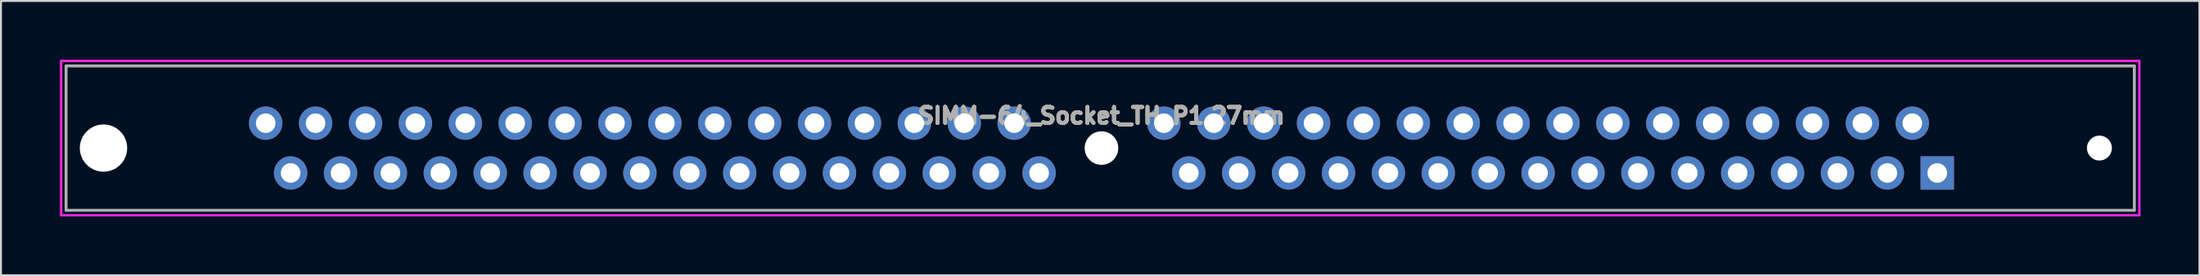
<source format=kicad_pcb>
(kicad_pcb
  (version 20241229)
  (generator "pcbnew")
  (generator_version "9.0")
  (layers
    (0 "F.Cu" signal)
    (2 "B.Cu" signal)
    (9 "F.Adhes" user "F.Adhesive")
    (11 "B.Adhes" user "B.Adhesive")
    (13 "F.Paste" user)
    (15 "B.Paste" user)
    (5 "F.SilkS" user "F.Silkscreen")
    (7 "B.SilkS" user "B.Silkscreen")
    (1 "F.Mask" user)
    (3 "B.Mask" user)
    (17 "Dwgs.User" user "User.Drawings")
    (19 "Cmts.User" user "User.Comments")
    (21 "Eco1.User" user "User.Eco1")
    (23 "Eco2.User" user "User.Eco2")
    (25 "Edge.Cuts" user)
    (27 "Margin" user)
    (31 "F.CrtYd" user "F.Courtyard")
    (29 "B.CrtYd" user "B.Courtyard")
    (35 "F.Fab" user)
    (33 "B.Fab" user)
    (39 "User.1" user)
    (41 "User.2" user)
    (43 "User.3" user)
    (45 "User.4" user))
  (footprint "SIMM-64_Socket_TH_P1.27mm"
    (layer "F.Cu")
    (at 53.019 4.505)
    (property "Reference" "SIMM-64_Socket_TH_P1.27mm" (at 0 -1.651 0) (layer "F.SilkS") (effects (font (size 0.813 0.813) (thickness 0.203))))
    (attr through_hole)
    (fp_line (start -52.959 -4.445) (end -52.959 3.429) (stroke (width 0.12) (type solid)) (layer "F.CrtYd"))
    (fp_line (start -52.959 3.429) (end 52.832 3.429) (stroke (width 0.12) (type solid)) (layer "F.CrtYd"))
    (fp_line (start 52.832 -4.445) (end -52.959 -4.445) (stroke (width 0.12) (type solid)) (layer "F.CrtYd"))
    (fp_line (start 52.832 3.429) (end 52.832 -4.445) (stroke (width 0.12) (type solid)) (layer "F.CrtYd"))
    (fp_line (start -52.705 -4.191) (end -52.705 3.175) (stroke (width 0.15) (type solid)) (layer "F.Fab"))
    (fp_line (start 52.578 -4.191) (end -52.705 -4.191) (stroke (width 0.15) (type solid)) (layer "F.Fab"))
    (fp_line (start 52.578 3.175) (end -52.705 3.175) (stroke (width 0.15) (type solid)) (layer "F.Fab"))
    (fp_line (start 52.578 3.175) (end 52.578 -4.191) (stroke (width 0.15) (type solid)) (layer "F.Fab"))
    (fp_text user "${REFERENCE}" (at 0 -1.651 0) (layer "F.Fab") (effects (font (size 0.813 0.813) (thickness 0.203))))
    (pad "" np_thru_hole circle (at -50.8 0) (size 2.41 2.41) (drill 2.41) (layers "*.Cu" "*.Mask"))
    (pad "" np_thru_hole circle (at 0 0) (size 1.71 1.71) (drill 1.71) (layers "*.Cu" "*.Mask"))
    (pad "" np_thru_hole circle (at 50.8 0) (size 1.27 1.27) (drill 1.27) (layers "*.Cu" "*.Mask"))
    (pad "1" thru_hole rect (at 42.545 1.27 270) (size 1.7 1.7) (drill 1) (layers "*.Cu" "*.Mask"))
    (pad "2" thru_hole oval (at 41.275 -1.27 270) (size 1.7 1.7) (drill 1) (layers "*.Cu" "*.Mask"))
    (pad "3" thru_hole oval (at 40.005 1.27 270) (size 1.7 1.7) (drill 1) (layers "*.Cu" "*.Mask"))
    (pad "4" thru_hole oval (at 38.735 -1.27 270) (size 1.7 1.7) (drill 1) (layers "*.Cu" "*.Mask"))
    (pad "5" thru_hole oval (at 37.465 1.27 270) (size 1.7 1.7) (drill 1) (layers "*.Cu" "*.Mask"))
    (pad "6" thru_hole oval (at 36.195 -1.27 270) (size 1.7 1.7) (drill 1) (layers "*.Cu" "*.Mask"))
    (pad "7" thru_hole oval (at 34.925 1.27 270) (size 1.7 1.7) (drill 1) (layers "*.Cu" "*.Mask"))
    (pad "8" thru_hole oval (at 33.655 -1.27 270) (size 1.7 1.7) (drill 1) (layers "*.Cu" "*.Mask"))
    (pad "9" thru_hole oval (at 32.385 1.27 270) (size 1.7 1.7) (drill 1) (layers "*.Cu" "*.Mask"))
    (pad "10" thru_hole oval (at 31.115 -1.27 270) (size 1.7 1.7) (drill 1) (layers "*.Cu" "*.Mask"))
    (pad "11" thru_hole oval (at 29.845 1.27 270) (size 1.7 1.7) (drill 1) (layers "*.Cu" "*.Mask"))
    (pad "12" thru_hole oval (at 28.575 -1.27 270) (size 1.7 1.7) (drill 1) (layers "*.Cu" "*.Mask"))
    (pad "13" thru_hole oval (at 27.305 1.27 270) (size 1.7 1.7) (drill 1) (layers "*.Cu" "*.Mask"))
    (pad "14" thru_hole oval (at 26.035 -1.27 270) (size 1.7 1.7) (drill 1) (layers "*.Cu" "*.Mask"))
    (pad "15" thru_hole oval (at 24.765 1.27 270) (size 1.7 1.7) (drill 1) (layers "*.Cu" "*.Mask"))
    (pad "16" thru_hole oval (at 23.495 -1.27 270) (size 1.7 1.7) (drill 1) (layers "*.Cu" "*.Mask"))
    (pad "17" thru_hole oval (at 22.225 1.27 270) (size 1.7 1.7) (drill 1) (layers "*.Cu" "*.Mask"))
    (pad "18" thru_hole oval (at 20.955 -1.27 270) (size 1.7 1.7) (drill 1) (layers "*.Cu" "*.Mask"))
    (pad "19" thru_hole oval (at 19.685 1.27 270) (size 1.7 1.7) (drill 1) (layers "*.Cu" "*.Mask"))
    (pad "20" thru_hole oval (at 18.415 -1.27 270) (size 1.7 1.7) (drill 1) (layers "*.Cu" "*.Mask"))
    (pad "21" thru_hole oval (at 17.145 1.27 270) (size 1.7 1.7) (drill 1) (layers "*.Cu" "*.Mask"))
    (pad "22" thru_hole oval (at 15.875 -1.27 270) (size 1.7 1.7) (drill 1) (layers "*.Cu" "*.Mask"))
    (pad "23" thru_hole oval (at 14.605 1.27 270) (size 1.7 1.7) (drill 1) (layers "*.Cu" "*.Mask"))
    (pad "24" thru_hole oval (at 13.335 -1.27 270) (size 1.7 1.7) (drill 1) (layers "*.Cu" "*.Mask"))
    (pad "25" thru_hole oval (at 12.065 1.27 270) (size 1.7 1.7) (drill 1) (layers "*.Cu" "*.Mask"))
    (pad "26" thru_hole oval (at 10.795 -1.27 270) (size 1.7 1.7) (drill 1) (layers "*.Cu" "*.Mask"))
    (pad "27" thru_hole oval (at 9.525 1.27 270) (size 1.7 1.7) (drill 1) (layers "*.Cu" "*.Mask"))
    (pad "28" thru_hole oval (at 8.255 -1.27 270) (size 1.7 1.7) (drill 1) (layers "*.Cu" "*.Mask"))
    (pad "29" thru_hole oval (at 6.985 1.27 270) (size 1.7 1.7) (drill 1) (layers "*.Cu" "*.Mask"))
    (pad "30" thru_hole oval (at 5.715 -1.27 270) (size 1.7 1.7) (drill 1) (layers "*.Cu" "*.Mask"))
    (pad "31" thru_hole oval (at 4.445 1.27 270) (size 1.7 1.7) (drill 1) (layers "*.Cu" "*.Mask"))
    (pad "32" thru_hole oval (at 3.175 -1.27 270) (size 1.7 1.7) (drill 1) (layers "*.Cu" "*.Mask"))
    (pad "33" thru_hole oval (at -3.175 1.27 270) (size 1.7 1.7) (drill 1) (layers "*.Cu" "*.Mask"))
    (pad "34" thru_hole oval (at -4.445 -1.27 270) (size 1.7 1.7) (drill 1) (layers "*.Cu" "*.Mask"))
    (pad "35" thru_hole oval (at -5.715 1.27 270) (size 1.7 1.7) (drill 1) (layers "*.Cu" "*.Mask"))
    (pad "36" thru_hole oval (at -6.985 -1.27 270) (size 1.7 1.7) (drill 1) (layers "*.Cu" "*.Mask"))
    (pad "37" thru_hole oval (at -8.255 1.27 270) (size 1.7 1.7) (drill 1) (layers "*.Cu" "*.Mask"))
    (pad "38" thru_hole oval (at -9.525 -1.27 270) (size 1.7 1.7) (drill 1) (layers "*.Cu" "*.Mask"))
    (pad "39" thru_hole oval (at -10.795 1.27 270) (size 1.7 1.7) (drill 1) (layers "*.Cu" "*.Mask"))
    (pad "40" thru_hole oval (at -12.065 -1.27 270) (size 1.7 1.7) (drill 1) (layers "*.Cu" "*.Mask"))
    (pad "41" thru_hole oval (at -13.335 1.27 270) (size 1.7 1.7) (drill 1) (layers "*.Cu" "*.Mask"))
    (pad "42" thru_hole oval (at -14.605 -1.27 270) (size 1.7 1.7) (drill 1) (layers "*.Cu" "*.Mask"))
    (pad "43" thru_hole oval (at -15.875 1.27 270) (size 1.7 1.7) (drill 1) (layers "*.Cu" "*.Mask"))
    (pad "44" thru_hole oval (at -17.145 -1.27 270) (size 1.7 1.7) (drill 1) (layers "*.Cu" "*.Mask"))
    (pad "45" thru_hole oval (at -18.415 1.27 270) (size 1.7 1.7) (drill 1) (layers "*.Cu" "*.Mask"))
    (pad "46" thru_hole oval (at -19.685 -1.27 270) (size 1.7 1.7) (drill 1) (layers "*.Cu" "*.Mask"))
    (pad "47" thru_hole oval (at -20.955 1.27 270) (size 1.7 1.7) (drill 1) (layers "*.Cu" "*.Mask"))
    (pad "48" thru_hole oval (at -22.225 -1.27 270) (size 1.7 1.7) (drill 1) (layers "*.Cu" "*.Mask"))
    (pad "49" thru_hole oval (at -23.495 1.27 270) (size 1.7 1.7) (drill 1) (layers "*.Cu" "*.Mask"))
    (pad "50" thru_hole oval (at -24.765 -1.27 270) (size 1.7 1.7) (drill 1) (layers "*.Cu" "*.Mask"))
    (pad "51" thru_hole oval (at -26.035 1.27 270) (size 1.7 1.7) (drill 1) (layers "*.Cu" "*.Mask"))
    (pad "52" thru_hole oval (at -27.305 -1.27 270) (size 1.7 1.7) (drill 1) (layers "*.Cu" "*.Mask"))
    (pad "53" thru_hole oval (at -28.575 1.27 270) (size 1.7 1.7) (drill 1) (layers "*.Cu" "*.Mask"))
    (pad "54" thru_hole oval (at -29.845 -1.27 270) (size 1.7 1.7) (drill 1) (layers "*.Cu" "*.Mask"))
    (pad "55" thru_hole oval (at -31.115 1.27 270) (size 1.7 1.7) (drill 1) (layers "*.Cu" "*.Mask"))
    (pad "56" thru_hole oval (at -32.385 -1.27 270) (size 1.7 1.7) (drill 1) (layers "*.Cu" "*.Mask"))
    (pad "57" thru_hole oval (at -33.655 1.27 270) (size 1.7 1.7) (drill 1) (layers "*.Cu" "*.Mask"))
    (pad "58" thru_hole oval (at -34.925 -1.27 270) (size 1.7 1.7) (drill 1) (layers "*.Cu" "*.Mask"))
    (pad "59" thru_hole oval (at -36.195 1.27 270) (size 1.7 1.7) (drill 1) (layers "*.Cu" "*.Mask"))
    (pad "60" thru_hole oval (at -37.465 -1.27 270) (size 1.7 1.7) (drill 1) (layers "*.Cu" "*.Mask"))
    (pad "61" thru_hole oval (at -38.735 1.27 270) (size 1.7 1.7) (drill 1) (layers "*.Cu" "*.Mask"))
    (pad "62" thru_hole oval (at -40.005 -1.27 270) (size 1.7 1.7) (drill 1) (layers "*.Cu" "*.Mask"))
    (pad "63" thru_hole oval (at -41.275 1.27 270) (size 1.7 1.7) (drill 1) (layers "*.Cu" "*.Mask"))
    (pad "64" thru_hole oval (at -42.545 -1.27 270) (size 1.7 1.7) (drill 1) (layers "*.Cu" "*.Mask")))
  (gr_rect
    (start -3 -3)
    (end 108.911 10.994)
    (stroke (width 0.1) (type default))
    (fill no)
    (layer "Edge.Cuts")))
</source>
